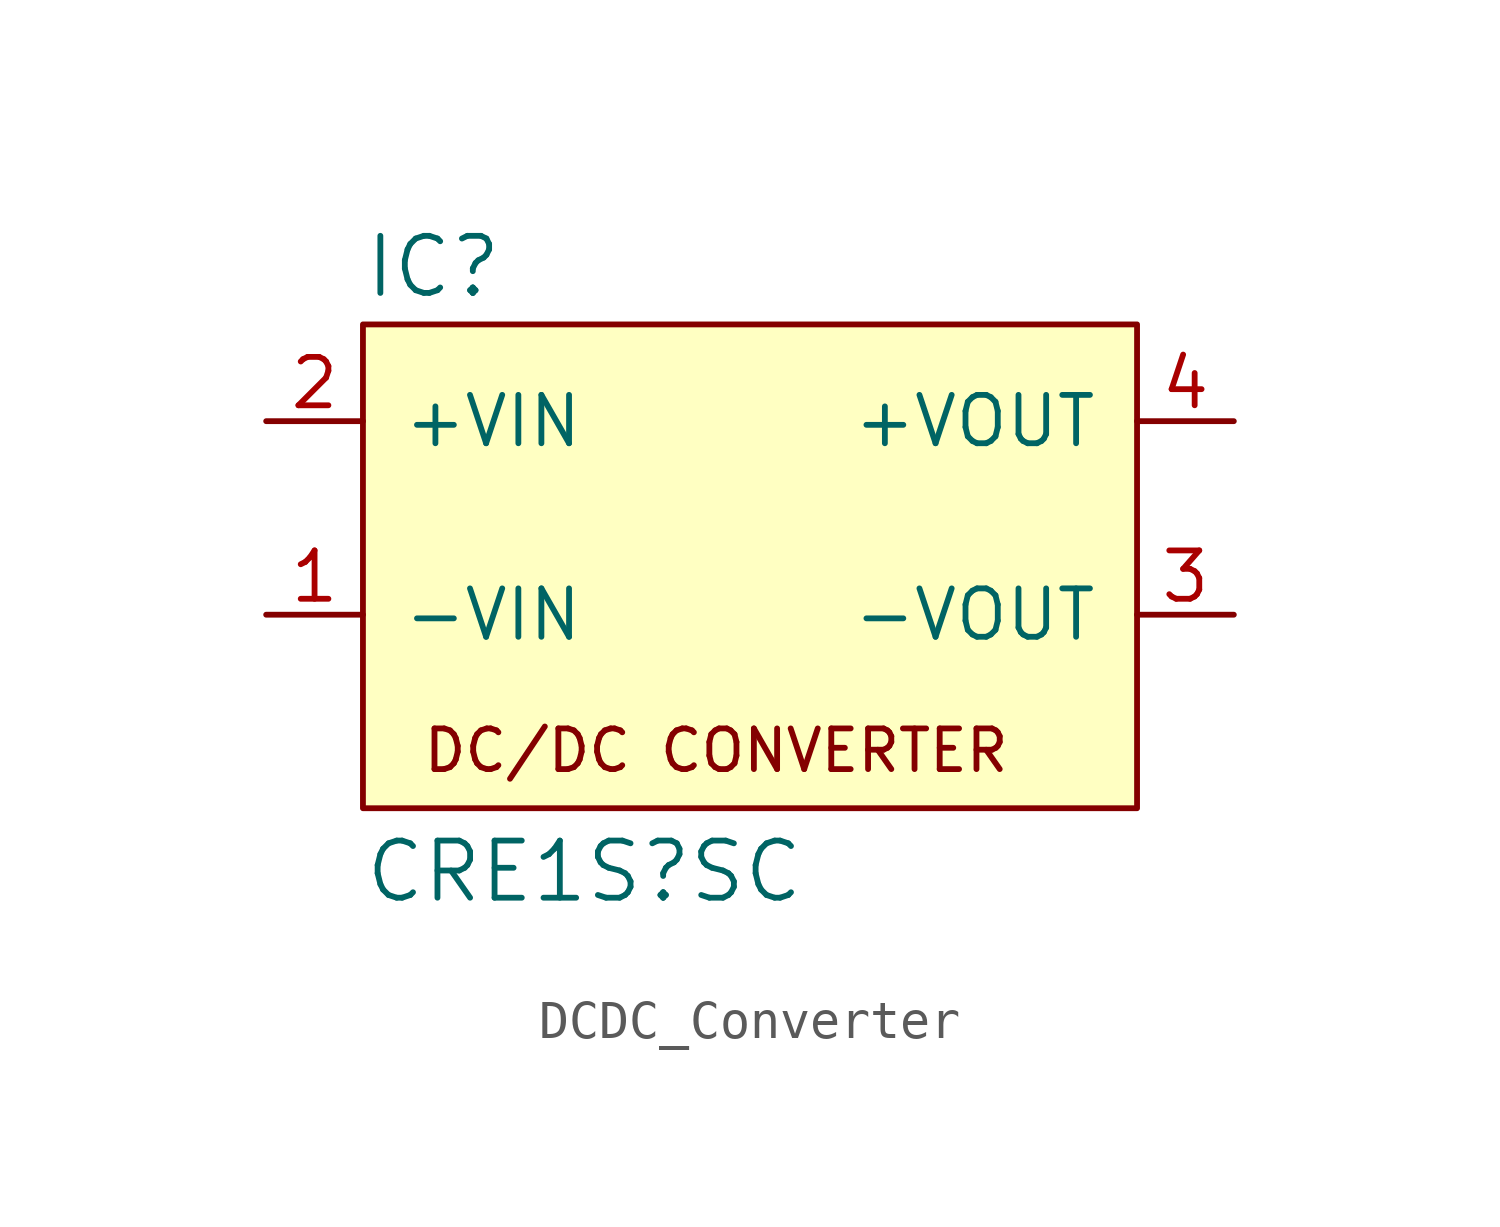
<source format=kicad_sym>
(kicad_symbol_lib
  (version 20231120)
  (generator "kicad_symbol_editor")
  (generator_version "8.0")
  (symbol "DCDC_Converter"
    (pin_names
      (offset 1.016))
    (property "Reference" "IC"
      (at -10.16 5.715 0)
      (effects (font (size 1.499 1.499)) (justify left bottom)))
    (property "Value" "CRE1S?SC"
      (at -10.16 -10.16 0)
      (effects (font (size 1.499 1.499)) (justify left bottom)))
    (property "ki_locked" ""
      (at 0 0 0)
      (effects (font (size 1.27 1.27))))
    (symbol "DCDC_Converter_1_0"
      (text "DC/DC CONVERTER" (at -8.636 -6.731 0) (effects (font (size 1.067 1.067)) (justify left bottom)))
      (pin passive line (at -12.7 -2.54 0) (length 2.54) (name "-VIN" (effects (font (size 1.27 1.27)))) (number "1" (effects (font (size 1.27 1.27)))))
      (pin passive line (at -12.7 2.54 0) (length 2.54) (name "+VIN" (effects (font (size 1.27 1.27)))) (number "2" (effects (font (size 1.27 1.27)))))
      (pin passive line (at 12.7 -2.54 180) (length 2.54) (name "-VOUT" (effects (font (size 1.27 1.27)))) (number "3" (effects (font (size 1.27 1.27)))))
      (pin passive line (at 12.7 2.54 180) (length 2.54) (name "+VOUT" (effects (font (size 1.27 1.27)))) (number "4" (effects (font (size 1.27 1.27))))))
    (symbol "DCDC_Converter_1_1"
      (rectangle (start -10.16 5.08) (end 10.16 -7.62) (stroke (width 0) (type default)) (fill (type background))))))
</source>
